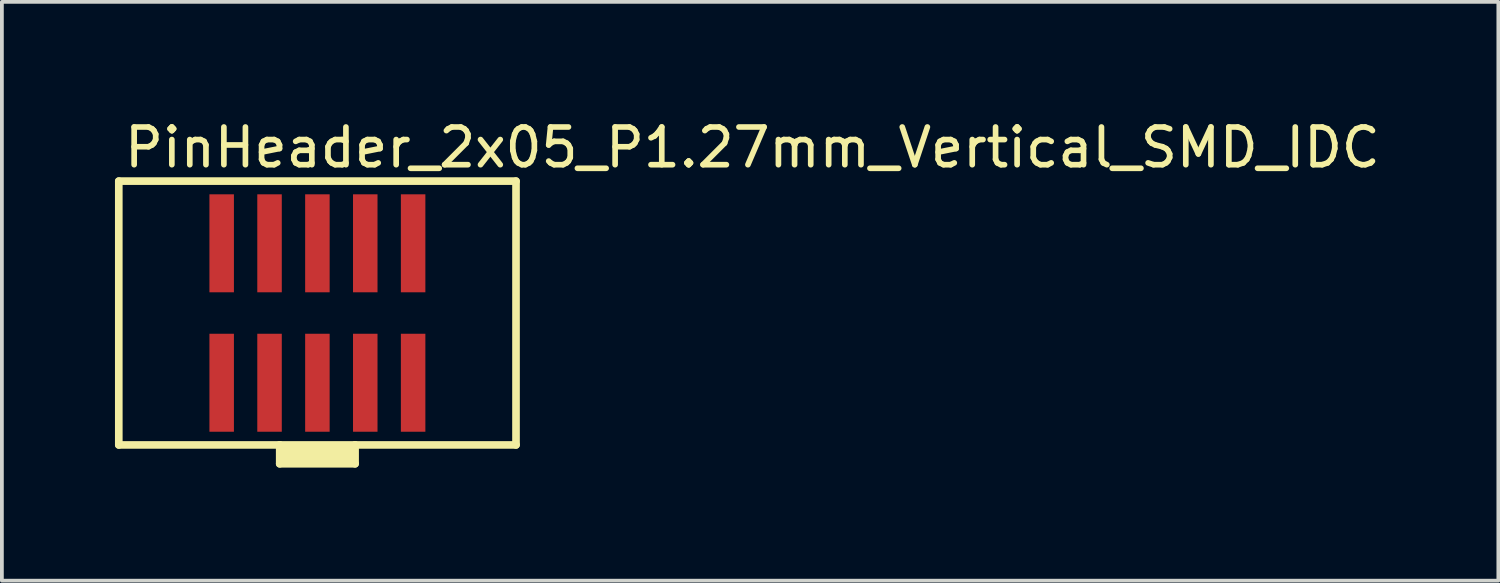
<source format=kicad_pcb>
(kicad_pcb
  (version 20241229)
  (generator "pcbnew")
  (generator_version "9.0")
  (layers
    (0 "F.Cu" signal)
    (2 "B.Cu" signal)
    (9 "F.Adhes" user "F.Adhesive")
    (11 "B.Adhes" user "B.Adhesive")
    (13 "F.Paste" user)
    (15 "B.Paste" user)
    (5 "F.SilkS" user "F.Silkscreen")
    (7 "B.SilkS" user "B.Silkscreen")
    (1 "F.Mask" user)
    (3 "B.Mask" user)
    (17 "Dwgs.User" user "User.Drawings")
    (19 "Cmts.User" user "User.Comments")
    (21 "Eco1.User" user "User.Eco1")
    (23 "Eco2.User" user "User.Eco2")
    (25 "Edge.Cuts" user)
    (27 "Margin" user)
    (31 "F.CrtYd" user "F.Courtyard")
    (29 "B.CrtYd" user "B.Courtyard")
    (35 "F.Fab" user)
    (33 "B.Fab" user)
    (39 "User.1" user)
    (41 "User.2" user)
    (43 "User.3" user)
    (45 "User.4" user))
  (footprint "PinHeader_2x05_P1.27mm_Vertical_SMD_IDC"
    (layer "F.Cu")
    (at 5.372 5.256)
    (property "Reference" "PinHeader_2x05_P1.27mm_Vertical_SMD_IDC" (at -5.199 -3.806 0) (layer "F.SilkS") (effects (font (size 1 1) (thickness 0.15)) (justify left bottom)))
    (attr through_hole)
    (fp_line (start -5.27 -3.5) (end 5.27 -3.5) (stroke (width 0.203) (type solid)) (layer "F.SilkS"))
    (fp_line (start -5.27 3.5) (end -5.27 -3.5) (stroke (width 0.203) (type solid)) (layer "F.SilkS"))
    (fp_line (start -1 3.5) (end -5.27 3.5) (stroke (width 0.203) (type solid)) (layer "F.SilkS"))
    (fp_line (start -1 3.5) (end -1 4) (stroke (width 0.203) (type solid)) (layer "F.SilkS"))
    (fp_line (start -1 4) (end 1 4) (stroke (width 0.203) (type solid)) (layer "F.SilkS"))
    (fp_line (start 1 3.5) (end -1 3.5) (stroke (width 0.203) (type solid)) (layer "F.SilkS"))
    (fp_line (start 1 4) (end 1 3.5) (stroke (width 0.203) (type solid)) (layer "F.SilkS"))
    (fp_line (start 5.27 -3.5) (end 5.27 3.5) (stroke (width 0.203) (type solid)) (layer "F.SilkS"))
    (fp_line (start 5.27 3.5) (end 1 3.5) (stroke (width 0.203) (type solid)) (layer "F.SilkS"))
    (fp_poly (pts (xy 1.079 4) (xy -1.079 4) (xy -1.079 3.493) (xy 1.079 3.493)) (stroke (width 0) (type solid)) (fill yes) (layer "F.SilkS"))
    (pad "1" smd rect (at -2.54 1.85) (size 0.65 2.6) (layers "F.Cu" "F.Mask" "F.Paste"))
    (pad "2" smd rect (at -2.54 -1.85) (size 0.65 2.6) (layers "F.Cu" "F.Mask" "F.Paste"))
    (pad "3" smd rect (at -1.27 1.85) (size 0.65 2.6) (layers "F.Cu" "F.Mask" "F.Paste"))
    (pad "4" smd rect (at -1.27 -1.85) (size 0.65 2.6) (layers "F.Cu" "F.Mask" "F.Paste"))
    (pad "5" smd rect (at 0 1.85) (size 0.65 2.6) (layers "F.Cu" "F.Mask" "F.Paste"))
    (pad "6" smd rect (at 0 -1.85) (size 0.65 2.6) (layers "F.Cu" "F.Mask" "F.Paste"))
    (pad "7" smd rect (at 1.27 1.85) (size 0.65 2.6) (layers "F.Cu" "F.Mask" "F.Paste"))
    (pad "8" smd rect (at 1.27 -1.85) (size 0.65 2.6) (layers "F.Cu" "F.Mask" "F.Paste"))
    (pad "9" smd rect (at 2.54 1.85) (size 0.65 2.6) (layers "F.Cu" "F.Mask" "F.Paste"))
    (pad "10" smd rect (at 2.54 -1.85) (size 0.65 2.6) (layers "F.Cu" "F.Mask" "F.Paste")))
  (gr_rect
    (start -3 -3)
    (end 36.708 12.358)
    (stroke (width 0.1) (type default))
    (fill no)
    (layer "Edge.Cuts")))
</source>
